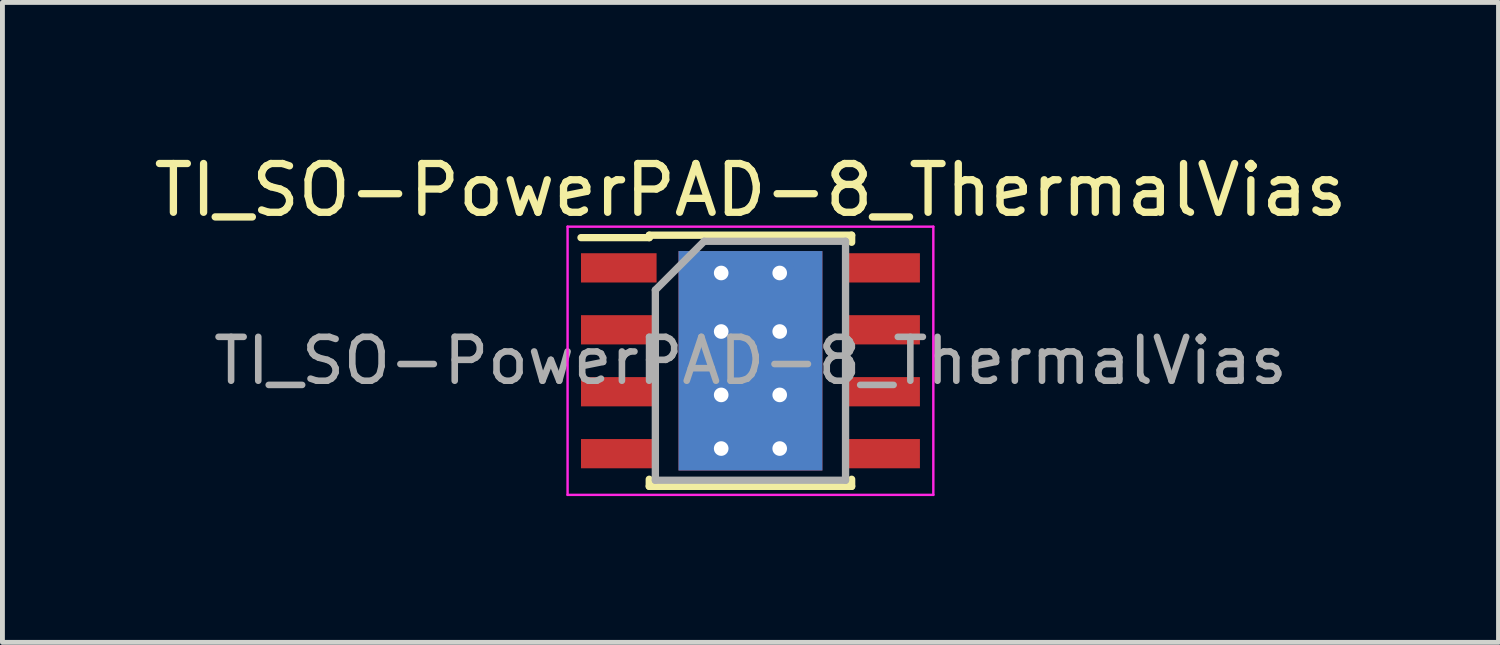
<source format=kicad_pcb>
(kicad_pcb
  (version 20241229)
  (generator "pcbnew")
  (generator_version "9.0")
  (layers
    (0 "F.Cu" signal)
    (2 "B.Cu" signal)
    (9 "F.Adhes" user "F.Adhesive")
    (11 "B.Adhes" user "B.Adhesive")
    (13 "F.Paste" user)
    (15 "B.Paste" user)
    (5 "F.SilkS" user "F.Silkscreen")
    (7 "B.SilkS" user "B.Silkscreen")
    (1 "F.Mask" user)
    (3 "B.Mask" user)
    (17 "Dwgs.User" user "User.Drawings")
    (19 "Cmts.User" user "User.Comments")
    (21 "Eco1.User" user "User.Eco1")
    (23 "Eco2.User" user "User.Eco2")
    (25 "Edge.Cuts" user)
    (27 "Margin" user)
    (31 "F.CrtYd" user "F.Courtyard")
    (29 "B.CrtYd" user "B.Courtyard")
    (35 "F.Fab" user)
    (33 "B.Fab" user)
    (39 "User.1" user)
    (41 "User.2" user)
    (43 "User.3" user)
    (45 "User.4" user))
  (footprint "TI_SO-PowerPAD-8_ThermalVias"
    (layer "F.Cu")
    (at 12.339 4.348)
    (property "Reference" "TI_SO-PowerPAD-8_ThermalVias" (at 0 -3.5 0) (layer "F.SilkS") (effects (font (size 1 1) (thickness 0.15))))
    (attr smd)
    (fp_line (start -2.075 -2.575) (end -2.075 -2.525) (stroke (width 0.15) (type solid)) (layer "F.SilkS"))
    (fp_line (start -2.075 -2.575) (end 2.075 -2.575) (stroke (width 0.15) (type solid)) (layer "F.SilkS"))
    (fp_line (start -2.075 -2.525) (end -3.475 -2.525) (stroke (width 0.15) (type solid)) (layer "F.SilkS"))
    (fp_line (start -2.075 2.575) (end -2.075 2.43) (stroke (width 0.15) (type solid)) (layer "F.SilkS"))
    (fp_line (start -2.075 2.575) (end 2.075 2.575) (stroke (width 0.15) (type solid)) (layer "F.SilkS"))
    (fp_line (start 2.075 -2.575) (end 2.075 -2.43) (stroke (width 0.15) (type solid)) (layer "F.SilkS"))
    (fp_line (start 2.075 2.575) (end 2.075 2.43) (stroke (width 0.15) (type solid)) (layer "F.SilkS"))
    (fp_line (start -3.75 -2.75) (end -3.75 2.75) (stroke (width 0.05) (type solid)) (layer "F.CrtYd"))
    (fp_line (start -3.75 -2.75) (end 3.75 -2.75) (stroke (width 0.05) (type solid)) (layer "F.CrtYd"))
    (fp_line (start -3.75 2.75) (end 3.75 2.75) (stroke (width 0.05) (type solid)) (layer "F.CrtYd"))
    (fp_line (start 3.75 -2.75) (end 3.75 2.75) (stroke (width 0.05) (type solid)) (layer "F.CrtYd"))
    (fp_line (start -1.95 -1.45) (end -0.95 -2.45) (stroke (width 0.15) (type solid)) (layer "F.Fab"))
    (fp_line (start -1.95 2.45) (end -1.95 -1.45) (stroke (width 0.15) (type solid)) (layer "F.Fab"))
    (fp_line (start -0.95 -2.45) (end 1.95 -2.45) (stroke (width 0.15) (type solid)) (layer "F.Fab"))
    (fp_line (start 1.95 -2.45) (end 1.95 2.45) (stroke (width 0.15) (type solid)) (layer "F.Fab"))
    (fp_line (start 1.95 2.45) (end -1.95 2.45) (stroke (width 0.15) (type solid)) (layer "F.Fab"))
    (fp_text user "${REFERENCE}" (at 0 0 0) (layer "F.Fab") (effects (font (size 0.9 0.9) (thickness 0.135))))
    (pad "1" smd rect (at -2.7 -1.905) (size 1.55 0.6) (layers "F.Cu" "F.Mask" "F.Paste"))
    (pad "2" smd rect (at -2.7 -0.635) (size 1.55 0.6) (layers "F.Cu" "F.Mask" "F.Paste"))
    (pad "3" smd rect (at -2.7 0.635) (size 1.55 0.6) (layers "F.Cu" "F.Mask" "F.Paste"))
    (pad "4" smd rect (at -2.7 1.905) (size 1.55 0.6) (layers "F.Cu" "F.Mask" "F.Paste"))
    (pad "5" smd rect (at 2.7 1.905) (size 1.55 0.6) (layers "F.Cu" "F.Mask" "F.Paste"))
    (pad "6" smd rect (at 2.7 0.635) (size 1.55 0.6) (layers "F.Cu" "F.Mask" "F.Paste"))
    (pad "7" smd rect (at 2.7 -0.635) (size 1.55 0.6) (layers "F.Cu" "F.Mask" "F.Paste"))
    (pad "8" smd rect (at 2.7 -1.905) (size 1.55 0.6) (layers "F.Cu" "F.Mask" "F.Paste"))
    (pad "9" thru_hole circle (at -0.6 -1.8) (size 0.6 0.6) (drill 0.3) (layers "*.Cu"))
    (pad "9" thru_hole circle (at -0.6 -0.6) (size 0.6 0.6) (drill 0.3) (layers "*.Cu"))
    (pad "9" thru_hole circle (at -0.6 0.7) (size 0.6 0.6) (drill 0.3) (layers "*.Cu"))
    (pad "9" thru_hole circle (at -0.6 1.8) (size 0.6 0.6) (drill 0.3) (layers "*.Cu"))
    (pad "9" smd rect (at 0 0) (size 2.6 3.1) (layers "F.Cu" "F.Mask" "F.Paste"))
    (pad "9" smd rect (at 0 0) (size 2.95 4.5) (layers "F.Cu"))
    (pad "9" smd rect (at 0 0) (size 2.95 4.5) (layers "B.Cu"))
    (pad "9" thru_hole circle (at 0.6 -1.8) (size 0.6 0.6) (drill 0.3) (layers "*.Cu"))
    (pad "9" thru_hole circle (at 0.6 -0.6) (size 0.6 0.6) (drill 0.3) (layers "*.Cu"))
    (pad "9" thru_hole circle (at 0.6 0.7) (size 0.6 0.6) (drill 0.3) (layers "*.Cu"))
    (pad "9" thru_hole circle (at 0.6 1.8) (size 0.6 0.6) (drill 0.3) (layers "*.Cu")))
  (gr_rect
    (start -3 -3)
    (end 27.679 10.123)
    (stroke (width 0.1) (type default))
    (fill no)
    (layer "Edge.Cuts")))
</source>
